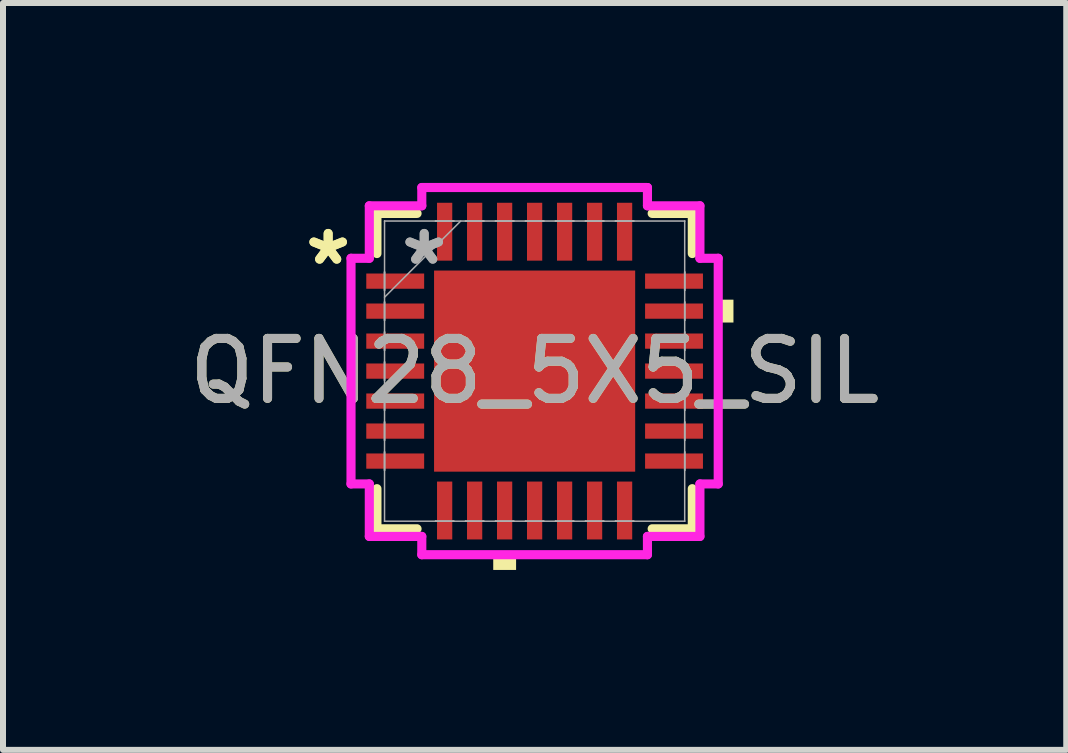
<source format=kicad_pcb>
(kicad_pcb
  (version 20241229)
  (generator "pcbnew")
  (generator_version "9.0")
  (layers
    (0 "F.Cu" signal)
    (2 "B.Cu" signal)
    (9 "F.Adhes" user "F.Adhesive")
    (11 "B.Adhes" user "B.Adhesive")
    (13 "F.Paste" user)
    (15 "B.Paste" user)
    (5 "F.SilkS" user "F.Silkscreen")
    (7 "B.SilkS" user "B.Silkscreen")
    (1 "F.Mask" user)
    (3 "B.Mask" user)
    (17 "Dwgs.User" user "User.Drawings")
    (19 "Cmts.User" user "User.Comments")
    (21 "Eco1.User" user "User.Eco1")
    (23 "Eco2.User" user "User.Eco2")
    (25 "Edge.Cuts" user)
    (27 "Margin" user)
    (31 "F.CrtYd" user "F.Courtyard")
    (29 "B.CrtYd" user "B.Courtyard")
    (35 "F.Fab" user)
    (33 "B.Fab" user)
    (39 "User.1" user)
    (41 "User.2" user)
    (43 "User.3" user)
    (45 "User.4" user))
  (footprint "QFN28_5X5_SIL"
    (layer "F.Cu")
    (at 5.863 3.137)
    (property "Reference" "QFN28_5X5_SIL" (at 0 0 0) (unlocked yes) (layer "F.SilkS") (effects (font (size 1 1) (thickness 0.15))))
    (attr smd)
    (fp_line (start -2.629 -2.629) (end -2.629 -1.96) (stroke (width 0.152) (type solid)) (layer "F.SilkS"))
    (fp_line (start -2.629 1.96) (end -2.629 2.629) (stroke (width 0.152) (type solid)) (layer "F.SilkS"))
    (fp_line (start -2.629 2.629) (end -1.96 2.629) (stroke (width 0.152) (type solid)) (layer "F.SilkS"))
    (fp_line (start -1.96 -2.629) (end -2.629 -2.629) (stroke (width 0.152) (type solid)) (layer "F.SilkS"))
    (fp_line (start 1.96 2.629) (end 2.629 2.629) (stroke (width 0.152) (type solid)) (layer "F.SilkS"))
    (fp_line (start 2.629 -2.629) (end 1.96 -2.629) (stroke (width 0.152) (type solid)) (layer "F.SilkS"))
    (fp_line (start 2.629 -1.96) (end 2.629 -2.629) (stroke (width 0.152) (type solid)) (layer "F.SilkS"))
    (fp_line (start 2.629 2.629) (end 2.629 1.96) (stroke (width 0.152) (type solid)) (layer "F.SilkS"))
    (fp_poly (pts (xy -0.69 3.061) (xy -0.69 3.315) (xy -0.309 3.315) (xy -0.309 3.061)) (stroke (width 0) (type solid)) (fill yes) (layer "F.SilkS"))
    (fp_poly (pts (xy 3.315 -1.191) (xy 3.315 -0.81) (xy 3.061 -0.81) (xy 3.061 -1.191)) (stroke (width 0) (type solid)) (fill yes) (layer "F.SilkS"))
    (fp_poly (pts (xy -1.576 -1.576) (xy -1.576 -0.1) (xy -0.1 -0.1) (xy -0.1 -1.576)) (stroke (width 0) (type solid)) (fill yes) (layer "F.Paste"))
    (fp_poly (pts (xy -1.576 0.1) (xy -1.576 1.576) (xy -0.1 1.576) (xy -0.1 0.1)) (stroke (width 0) (type solid)) (fill yes) (layer "F.Paste"))
    (fp_poly (pts (xy 0.1 -1.576) (xy 0.1 -0.1) (xy 1.576 -0.1) (xy 1.576 -1.576)) (stroke (width 0) (type solid)) (fill yes) (layer "F.Paste"))
    (fp_poly (pts (xy 0.1 0.1) (xy 0.1 1.576) (xy 1.576 1.576) (xy 1.576 0.1)) (stroke (width 0) (type solid)) (fill yes) (layer "F.Paste"))
    (fp_line (start -3.061 -1.881) (end -2.756 -1.881) (stroke (width 0.152) (type solid)) (layer "F.CrtYd"))
    (fp_line (start -3.061 1.881) (end -3.061 -1.881) (stroke (width 0.152) (type solid)) (layer "F.CrtYd"))
    (fp_line (start -2.756 -2.756) (end -1.881 -2.756) (stroke (width 0.152) (type solid)) (layer "F.CrtYd"))
    (fp_line (start -2.756 -1.881) (end -2.756 -2.756) (stroke (width 0.152) (type solid)) (layer "F.CrtYd"))
    (fp_line (start -2.756 1.881) (end -3.061 1.881) (stroke (width 0.152) (type solid)) (layer "F.CrtYd"))
    (fp_line (start -2.756 2.756) (end -2.756 1.881) (stroke (width 0.152) (type solid)) (layer "F.CrtYd"))
    (fp_line (start -1.881 -3.061) (end 1.881 -3.061) (stroke (width 0.152) (type solid)) (layer "F.CrtYd"))
    (fp_line (start -1.881 -2.756) (end -1.881 -3.061) (stroke (width 0.152) (type solid)) (layer "F.CrtYd"))
    (fp_line (start -1.881 2.756) (end -2.756 2.756) (stroke (width 0.152) (type solid)) (layer "F.CrtYd"))
    (fp_line (start -1.881 3.061) (end -1.881 2.756) (stroke (width 0.152) (type solid)) (layer "F.CrtYd"))
    (fp_line (start 1.881 -3.061) (end 1.881 -2.756) (stroke (width 0.152) (type solid)) (layer "F.CrtYd"))
    (fp_line (start 1.881 -2.756) (end 2.756 -2.756) (stroke (width 0.152) (type solid)) (layer "F.CrtYd"))
    (fp_line (start 1.881 2.756) (end 1.881 3.061) (stroke (width 0.152) (type solid)) (layer "F.CrtYd"))
    (fp_line (start 1.881 3.061) (end -1.881 3.061) (stroke (width 0.152) (type solid)) (layer "F.CrtYd"))
    (fp_line (start 2.756 -2.756) (end 2.756 -1.881) (stroke (width 0.152) (type solid)) (layer "F.CrtYd"))
    (fp_line (start 2.756 -1.881) (end 3.061 -1.881) (stroke (width 0.152) (type solid)) (layer "F.CrtYd"))
    (fp_line (start 2.756 1.881) (end 2.756 2.756) (stroke (width 0.152) (type solid)) (layer "F.CrtYd"))
    (fp_line (start 2.756 2.756) (end 1.881 2.756) (stroke (width 0.152) (type solid)) (layer "F.CrtYd"))
    (fp_line (start 3.061 -1.881) (end 3.061 1.881) (stroke (width 0.152) (type solid)) (layer "F.CrtYd"))
    (fp_line (start 3.061 1.881) (end 2.756 1.881) (stroke (width 0.152) (type solid)) (layer "F.CrtYd"))
    (fp_line (start -2.502 -2.502) (end -2.502 -2.502) (stroke (width 0.025) (type solid)) (layer "F.Fab"))
    (fp_line (start -2.502 -2.502) (end -2.502 2.502) (stroke (width 0.025) (type solid)) (layer "F.Fab"))
    (fp_line (start -2.502 -1.652) (end -2.502 -1.652) (stroke (width 0.025) (type solid)) (layer "F.Fab"))
    (fp_line (start -2.502 -1.652) (end -2.502 -1.348) (stroke (width 0.025) (type solid)) (layer "F.Fab"))
    (fp_line (start -2.502 -1.348) (end -2.502 -1.652) (stroke (width 0.025) (type solid)) (layer "F.Fab"))
    (fp_line (start -2.502 -1.348) (end -2.502 -1.348) (stroke (width 0.025) (type solid)) (layer "F.Fab"))
    (fp_line (start -2.502 -1.232) (end -1.232 -2.502) (stroke (width 0.025) (type solid)) (layer "F.Fab"))
    (fp_line (start -2.502 -1.152) (end -2.502 -1.152) (stroke (width 0.025) (type solid)) (layer "F.Fab"))
    (fp_line (start -2.502 -1.152) (end -2.502 -0.848) (stroke (width 0.025) (type solid)) (layer "F.Fab"))
    (fp_line (start -2.502 -0.848) (end -2.502 -1.152) (stroke (width 0.025) (type solid)) (layer "F.Fab"))
    (fp_line (start -2.502 -0.848) (end -2.502 -0.848) (stroke (width 0.025) (type solid)) (layer "F.Fab"))
    (fp_line (start -2.502 -0.652) (end -2.502 -0.652) (stroke (width 0.025) (type solid)) (layer "F.Fab"))
    (fp_line (start -2.502 -0.652) (end -2.502 -0.348) (stroke (width 0.025) (type solid)) (layer "F.Fab"))
    (fp_line (start -2.502 -0.348) (end -2.502 -0.652) (stroke (width 0.025) (type solid)) (layer "F.Fab"))
    (fp_line (start -2.502 -0.348) (end -2.502 -0.348) (stroke (width 0.025) (type solid)) (layer "F.Fab"))
    (fp_line (start -2.502 -0.152) (end -2.502 -0.152) (stroke (width 0.025) (type solid)) (layer "F.Fab"))
    (fp_line (start -2.502 -0.152) (end -2.502 0.152) (stroke (width 0.025) (type solid)) (layer "F.Fab"))
    (fp_line (start -2.502 0.152) (end -2.502 -0.152) (stroke (width 0.025) (type solid)) (layer "F.Fab"))
    (fp_line (start -2.502 0.152) (end -2.502 0.152) (stroke (width 0.025) (type solid)) (layer "F.Fab"))
    (fp_line (start -2.502 0.348) (end -2.502 0.348) (stroke (width 0.025) (type solid)) (layer "F.Fab"))
    (fp_line (start -2.502 0.348) (end -2.502 0.652) (stroke (width 0.025) (type solid)) (layer "F.Fab"))
    (fp_line (start -2.502 0.652) (end -2.502 0.348) (stroke (width 0.025) (type solid)) (layer "F.Fab"))
    (fp_line (start -2.502 0.652) (end -2.502 0.652) (stroke (width 0.025) (type solid)) (layer "F.Fab"))
    (fp_line (start -2.502 0.848) (end -2.502 0.848) (stroke (width 0.025) (type solid)) (layer "F.Fab"))
    (fp_line (start -2.502 0.848) (end -2.502 1.152) (stroke (width 0.025) (type solid)) (layer "F.Fab"))
    (fp_line (start -2.502 1.152) (end -2.502 0.848) (stroke (width 0.025) (type solid)) (layer "F.Fab"))
    (fp_line (start -2.502 1.152) (end -2.502 1.152) (stroke (width 0.025) (type solid)) (layer "F.Fab"))
    (fp_line (start -2.502 1.348) (end -2.502 1.348) (stroke (width 0.025) (type solid)) (layer "F.Fab"))
    (fp_line (start -2.502 1.348) (end -2.502 1.652) (stroke (width 0.025) (type solid)) (layer "F.Fab"))
    (fp_line (start -2.502 1.652) (end -2.502 1.348) (stroke (width 0.025) (type solid)) (layer "F.Fab"))
    (fp_line (start -2.502 1.652) (end -2.502 1.652) (stroke (width 0.025) (type solid)) (layer "F.Fab"))
    (fp_line (start -2.502 2.502) (end -2.502 2.502) (stroke (width 0.025) (type solid)) (layer "F.Fab"))
    (fp_line (start -2.502 2.502) (end 2.502 2.502) (stroke (width 0.025) (type solid)) (layer "F.Fab"))
    (fp_line (start -1.652 -2.502) (end -1.652 -2.502) (stroke (width 0.025) (type solid)) (layer "F.Fab"))
    (fp_line (start -1.652 -2.502) (end -1.348 -2.502) (stroke (width 0.025) (type solid)) (layer "F.Fab"))
    (fp_line (start -1.652 2.502) (end -1.652 2.502) (stroke (width 0.025) (type solid)) (layer "F.Fab"))
    (fp_line (start -1.652 2.502) (end -1.348 2.502) (stroke (width 0.025) (type solid)) (layer "F.Fab"))
    (fp_line (start -1.348 -2.502) (end -1.652 -2.502) (stroke (width 0.025) (type solid)) (layer "F.Fab"))
    (fp_line (start -1.348 -2.502) (end -1.348 -2.502) (stroke (width 0.025) (type solid)) (layer "F.Fab"))
    (fp_line (start -1.348 2.502) (end -1.652 2.502) (stroke (width 0.025) (type solid)) (layer "F.Fab"))
    (fp_line (start -1.348 2.502) (end -1.348 2.502) (stroke (width 0.025) (type solid)) (layer "F.Fab"))
    (fp_line (start -1.152 -2.502) (end -1.152 -2.502) (stroke (width 0.025) (type solid)) (layer "F.Fab"))
    (fp_line (start -1.152 -2.502) (end -0.848 -2.502) (stroke (width 0.025) (type solid)) (layer "F.Fab"))
    (fp_line (start -1.152 2.502) (end -1.152 2.502) (stroke (width 0.025) (type solid)) (layer "F.Fab"))
    (fp_line (start -1.152 2.502) (end -0.848 2.502) (stroke (width 0.025) (type solid)) (layer "F.Fab"))
    (fp_line (start -0.848 -2.502) (end -1.152 -2.502) (stroke (width 0.025) (type solid)) (layer "F.Fab"))
    (fp_line (start -0.848 -2.502) (end -0.848 -2.502) (stroke (width 0.025) (type solid)) (layer "F.Fab"))
    (fp_line (start -0.848 2.502) (end -1.152 2.502) (stroke (width 0.025) (type solid)) (layer "F.Fab"))
    (fp_line (start -0.848 2.502) (end -0.848 2.502) (stroke (width 0.025) (type solid)) (layer "F.Fab"))
    (fp_line (start -0.652 -2.502) (end -0.652 -2.502) (stroke (width 0.025) (type solid)) (layer "F.Fab"))
    (fp_line (start -0.652 -2.502) (end -0.348 -2.502) (stroke (width 0.025) (type solid)) (layer "F.Fab"))
    (fp_line (start -0.652 2.502) (end -0.652 2.502) (stroke (width 0.025) (type solid)) (layer "F.Fab"))
    (fp_line (start -0.652 2.502) (end -0.348 2.502) (stroke (width 0.025) (type solid)) (layer "F.Fab"))
    (fp_line (start -0.348 -2.502) (end -0.652 -2.502) (stroke (width 0.025) (type solid)) (layer "F.Fab"))
    (fp_line (start -0.348 -2.502) (end -0.348 -2.502) (stroke (width 0.025) (type solid)) (layer "F.Fab"))
    (fp_line (start -0.348 2.502) (end -0.652 2.502) (stroke (width 0.025) (type solid)) (layer "F.Fab"))
    (fp_line (start -0.348 2.502) (end -0.348 2.502) (stroke (width 0.025) (type solid)) (layer "F.Fab"))
    (fp_line (start -0.152 -2.502) (end -0.152 -2.502) (stroke (width 0.025) (type solid)) (layer "F.Fab"))
    (fp_line (start -0.152 -2.502) (end 0.152 -2.502) (stroke (width 0.025) (type solid)) (layer "F.Fab"))
    (fp_line (start -0.152 2.502) (end -0.152 2.502) (stroke (width 0.025) (type solid)) (layer "F.Fab"))
    (fp_line (start -0.152 2.502) (end 0.152 2.502) (stroke (width 0.025) (type solid)) (layer "F.Fab"))
    (fp_line (start 0.152 -2.502) (end -0.152 -2.502) (stroke (width 0.025) (type solid)) (layer "F.Fab"))
    (fp_line (start 0.152 -2.502) (end 0.152 -2.502) (stroke (width 0.025) (type solid)) (layer "F.Fab"))
    (fp_line (start 0.152 2.502) (end -0.152 2.502) (stroke (width 0.025) (type solid)) (layer "F.Fab"))
    (fp_line (start 0.152 2.502) (end 0.152 2.502) (stroke (width 0.025) (type solid)) (layer "F.Fab"))
    (fp_line (start 0.348 -2.502) (end 0.348 -2.502) (stroke (width 0.025) (type solid)) (layer "F.Fab"))
    (fp_line (start 0.348 -2.502) (end 0.652 -2.502) (stroke (width 0.025) (type solid)) (layer "F.Fab"))
    (fp_line (start 0.348 2.502) (end 0.348 2.502) (stroke (width 0.025) (type solid)) (layer "F.Fab"))
    (fp_line (start 0.348 2.502) (end 0.652 2.502) (stroke (width 0.025) (type solid)) (layer "F.Fab"))
    (fp_line (start 0.652 -2.502) (end 0.348 -2.502) (stroke (width 0.025) (type solid)) (layer "F.Fab"))
    (fp_line (start 0.652 -2.502) (end 0.652 -2.502) (stroke (width 0.025) (type solid)) (layer "F.Fab"))
    (fp_line (start 0.652 2.502) (end 0.348 2.502) (stroke (width 0.025) (type solid)) (layer "F.Fab"))
    (fp_line (start 0.652 2.502) (end 0.652 2.502) (stroke (width 0.025) (type solid)) (layer "F.Fab"))
    (fp_line (start 0.848 -2.502) (end 0.848 -2.502) (stroke (width 0.025) (type solid)) (layer "F.Fab"))
    (fp_line (start 0.848 -2.502) (end 1.152 -2.502) (stroke (width 0.025) (type solid)) (layer "F.Fab"))
    (fp_line (start 0.848 2.502) (end 0.848 2.502) (stroke (width 0.025) (type solid)) (layer "F.Fab"))
    (fp_line (start 0.848 2.502) (end 1.152 2.502) (stroke (width 0.025) (type solid)) (layer "F.Fab"))
    (fp_line (start 1.152 -2.502) (end 0.848 -2.502) (stroke (width 0.025) (type solid)) (layer "F.Fab"))
    (fp_line (start 1.152 -2.502) (end 1.152 -2.502) (stroke (width 0.025) (type solid)) (layer "F.Fab"))
    (fp_line (start 1.152 2.502) (end 0.848 2.502) (stroke (width 0.025) (type solid)) (layer "F.Fab"))
    (fp_line (start 1.152 2.502) (end 1.152 2.502) (stroke (width 0.025) (type solid)) (layer "F.Fab"))
    (fp_line (start 1.348 -2.502) (end 1.348 -2.502) (stroke (width 0.025) (type solid)) (layer "F.Fab"))
    (fp_line (start 1.348 -2.502) (end 1.652 -2.502) (stroke (width 0.025) (type solid)) (layer "F.Fab"))
    (fp_line (start 1.348 2.502) (end 1.348 2.502) (stroke (width 0.025) (type solid)) (layer "F.Fab"))
    (fp_line (start 1.348 2.502) (end 1.652 2.502) (stroke (width 0.025) (type solid)) (layer "F.Fab"))
    (fp_line (start 1.652 -2.502) (end 1.348 -2.502) (stroke (width 0.025) (type solid)) (layer "F.Fab"))
    (fp_line (start 1.652 -2.502) (end 1.652 -2.502) (stroke (width 0.025) (type solid)) (layer "F.Fab"))
    (fp_line (start 1.652 2.502) (end 1.348 2.502) (stroke (width 0.025) (type solid)) (layer "F.Fab"))
    (fp_line (start 1.652 2.502) (end 1.652 2.502) (stroke (width 0.025) (type solid)) (layer "F.Fab"))
    (fp_line (start 2.502 -2.502) (end -2.502 -2.502) (stroke (width 0.025) (type solid)) (layer "F.Fab"))
    (fp_line (start 2.502 -2.502) (end 2.502 -2.502) (stroke (width 0.025) (type solid)) (layer "F.Fab"))
    (fp_line (start 2.502 -1.652) (end 2.502 -1.652) (stroke (width 0.025) (type solid)) (layer "F.Fab"))
    (fp_line (start 2.502 -1.652) (end 2.502 -1.348) (stroke (width 0.025) (type solid)) (layer "F.Fab"))
    (fp_line (start 2.502 -1.348) (end 2.502 -1.652) (stroke (width 0.025) (type solid)) (layer "F.Fab"))
    (fp_line (start 2.502 -1.348) (end 2.502 -1.348) (stroke (width 0.025) (type solid)) (layer "F.Fab"))
    (fp_line (start 2.502 -1.152) (end 2.502 -1.152) (stroke (width 0.025) (type solid)) (layer "F.Fab"))
    (fp_line (start 2.502 -1.152) (end 2.502 -0.848) (stroke (width 0.025) (type solid)) (layer "F.Fab"))
    (fp_line (start 2.502 -0.848) (end 2.502 -1.152) (stroke (width 0.025) (type solid)) (layer "F.Fab"))
    (fp_line (start 2.502 -0.848) (end 2.502 -0.848) (stroke (width 0.025) (type solid)) (layer "F.Fab"))
    (fp_line (start 2.502 -0.652) (end 2.502 -0.652) (stroke (width 0.025) (type solid)) (layer "F.Fab"))
    (fp_line (start 2.502 -0.652) (end 2.502 -0.348) (stroke (width 0.025) (type solid)) (layer "F.Fab"))
    (fp_line (start 2.502 -0.348) (end 2.502 -0.652) (stroke (width 0.025) (type solid)) (layer "F.Fab"))
    (fp_line (start 2.502 -0.348) (end 2.502 -0.348) (stroke (width 0.025) (type solid)) (layer "F.Fab"))
    (fp_line (start 2.502 -0.152) (end 2.502 -0.152) (stroke (width 0.025) (type solid)) (layer "F.Fab"))
    (fp_line (start 2.502 -0.152) (end 2.502 0.152) (stroke (width 0.025) (type solid)) (layer "F.Fab"))
    (fp_line (start 2.502 0.152) (end 2.502 -0.152) (stroke (width 0.025) (type solid)) (layer "F.Fab"))
    (fp_line (start 2.502 0.152) (end 2.502 0.152) (stroke (width 0.025) (type solid)) (layer "F.Fab"))
    (fp_line (start 2.502 0.348) (end 2.502 0.348) (stroke (width 0.025) (type solid)) (layer "F.Fab"))
    (fp_line (start 2.502 0.348) (end 2.502 0.652) (stroke (width 0.025) (type solid)) (layer "F.Fab"))
    (fp_line (start 2.502 0.652) (end 2.502 0.348) (stroke (width 0.025) (type solid)) (layer "F.Fab"))
    (fp_line (start 2.502 0.652) (end 2.502 0.652) (stroke (width 0.025) (type solid)) (layer "F.Fab"))
    (fp_line (start 2.502 0.848) (end 2.502 0.848) (stroke (width 0.025) (type solid)) (layer "F.Fab"))
    (fp_line (start 2.502 0.848) (end 2.502 1.152) (stroke (width 0.025) (type solid)) (layer "F.Fab"))
    (fp_line (start 2.502 1.152) (end 2.502 0.848) (stroke (width 0.025) (type solid)) (layer "F.Fab"))
    (fp_line (start 2.502 1.152) (end 2.502 1.152) (stroke (width 0.025) (type solid)) (layer "F.Fab"))
    (fp_line (start 2.502 1.348) (end 2.502 1.348) (stroke (width 0.025) (type solid)) (layer "F.Fab"))
    (fp_line (start 2.502 1.348) (end 2.502 1.652) (stroke (width 0.025) (type solid)) (layer "F.Fab"))
    (fp_line (start 2.502 1.652) (end 2.502 1.348) (stroke (width 0.025) (type solid)) (layer "F.Fab"))
    (fp_line (start 2.502 1.652) (end 2.502 1.652) (stroke (width 0.025) (type solid)) (layer "F.Fab"))
    (fp_line (start 2.502 2.502) (end 2.502 -2.502) (stroke (width 0.025) (type solid)) (layer "F.Fab"))
    (fp_line (start 2.502 2.502) (end 2.502 2.502) (stroke (width 0.025) (type solid)) (layer "F.Fab"))
    (fp_text user "*" (at -3.442 -1.75 0) (unlocked yes) (layer "F.SilkS") (effects (font (size 1 1) (thickness 0.15))))
    (fp_text user "*" (at -3.442 -1.75 0) (layer "F.SilkS") (effects (font (size 1 1) (thickness 0.15))))
    (fp_text user "*" (at -1.841 -1.75 0) (layer "F.Fab") (effects (font (size 1 1) (thickness 0.15))))
    (fp_text user "${REFERENCE}" (at 0 0 0) (unlocked yes) (layer "F.Fab") (effects (font (size 1 1) (thickness 0.15))))
    (fp_text user "*" (at -1.841 -1.75 0) (unlocked yes) (layer "F.Fab") (effects (font (size 1 1) (thickness 0.15))))
    (pad "1" smd rect (at -2.324 -1.5 90) (size 0.254 0.965) (layers "F.Cu" "F.Mask" "F.Paste"))
    (pad "2" smd rect (at -2.324 -1 90) (size 0.254 0.965) (layers "F.Cu" "F.Mask" "F.Paste"))
    (pad "3" smd rect (at -2.324 -0.5 90) (size 0.254 0.965) (layers "F.Cu" "F.Mask" "F.Paste"))
    (pad "4" smd rect (at -2.324 0 90) (size 0.254 0.965) (layers "F.Cu" "F.Mask" "F.Paste"))
    (pad "5" smd rect (at -2.324 0.5 90) (size 0.254 0.965) (layers "F.Cu" "F.Mask" "F.Paste"))
    (pad "6" smd rect (at -2.324 1 90) (size 0.254 0.965) (layers "F.Cu" "F.Mask" "F.Paste"))
    (pad "7" smd rect (at -2.324 1.5 90) (size 0.254 0.965) (layers "F.Cu" "F.Mask" "F.Paste"))
    (pad "8" smd rect (at -1.5 2.324) (size 0.254 0.965) (layers "F.Cu" "F.Mask" "F.Paste"))
    (pad "9" smd rect (at -1 2.324) (size 0.254 0.965) (layers "F.Cu" "F.Mask" "F.Paste"))
    (pad "10" smd rect (at -0.5 2.324) (size 0.254 0.965) (layers "F.Cu" "F.Mask" "F.Paste"))
    (pad "11" smd rect (at 0 2.324) (size 0.254 0.965) (layers "F.Cu" "F.Mask" "F.Paste"))
    (pad "12" smd rect (at 0.5 2.324) (size 0.254 0.965) (layers "F.Cu" "F.Mask" "F.Paste"))
    (pad "13" smd rect (at 1 2.324) (size 0.254 0.965) (layers "F.Cu" "F.Mask" "F.Paste"))
    (pad "14" smd rect (at 1.5 2.324) (size 0.254 0.965) (layers "F.Cu" "F.Mask" "F.Paste"))
    (pad "15" smd rect (at 2.324 1.5 90) (size 0.254 0.965) (layers "F.Cu" "F.Mask" "F.Paste"))
    (pad "16" smd rect (at 2.324 1 90) (size 0.254 0.965) (layers "F.Cu" "F.Mask" "F.Paste"))
    (pad "17" smd rect (at 2.324 0.5 90) (size 0.254 0.965) (layers "F.Cu" "F.Mask" "F.Paste"))
    (pad "18" smd rect (at 2.324 0 90) (size 0.254 0.965) (layers "F.Cu" "F.Mask" "F.Paste"))
    (pad "19" smd rect (at 2.324 -0.5 90) (size 0.254 0.965) (layers "F.Cu" "F.Mask" "F.Paste"))
    (pad "20" smd rect (at 2.324 -1 90) (size 0.254 0.965) (layers "F.Cu" "F.Mask" "F.Paste"))
    (pad "21" smd rect (at 2.324 -1.5 90) (size 0.254 0.965) (layers "F.Cu" "F.Mask" "F.Paste"))
    (pad "22" smd rect (at 1.5 -2.324) (size 0.254 0.965) (layers "F.Cu" "F.Mask" "F.Paste"))
    (pad "23" smd rect (at 1 -2.324) (size 0.254 0.965) (layers "F.Cu" "F.Mask" "F.Paste"))
    (pad "24" smd rect (at 0.5 -2.324) (size 0.254 0.965) (layers "F.Cu" "F.Mask" "F.Paste"))
    (pad "25" smd rect (at 0 -2.324) (size 0.254 0.965) (layers "F.Cu" "F.Mask" "F.Paste"))
    (pad "26" smd rect (at -0.5 -2.324) (size 0.254 0.965) (layers "F.Cu" "F.Mask" "F.Paste"))
    (pad "27" smd rect (at -1 -2.324) (size 0.254 0.965) (layers "F.Cu" "F.Mask" "F.Paste"))
    (pad "28" smd rect (at -1.5 -2.324) (size 0.254 0.965) (layers "F.Cu" "F.Mask" "F.Paste"))
    (pad "29" smd rect (at 0 0) (size 3.353 3.353) (layers "F.Cu" "F.Mask" "F.Paste")))
  (gr_rect
    (start -3 -3)
    (end 14.726 9.452)
    (stroke (width 0.1) (type default))
    (fill no)
    (layer "Edge.Cuts")))
</source>
